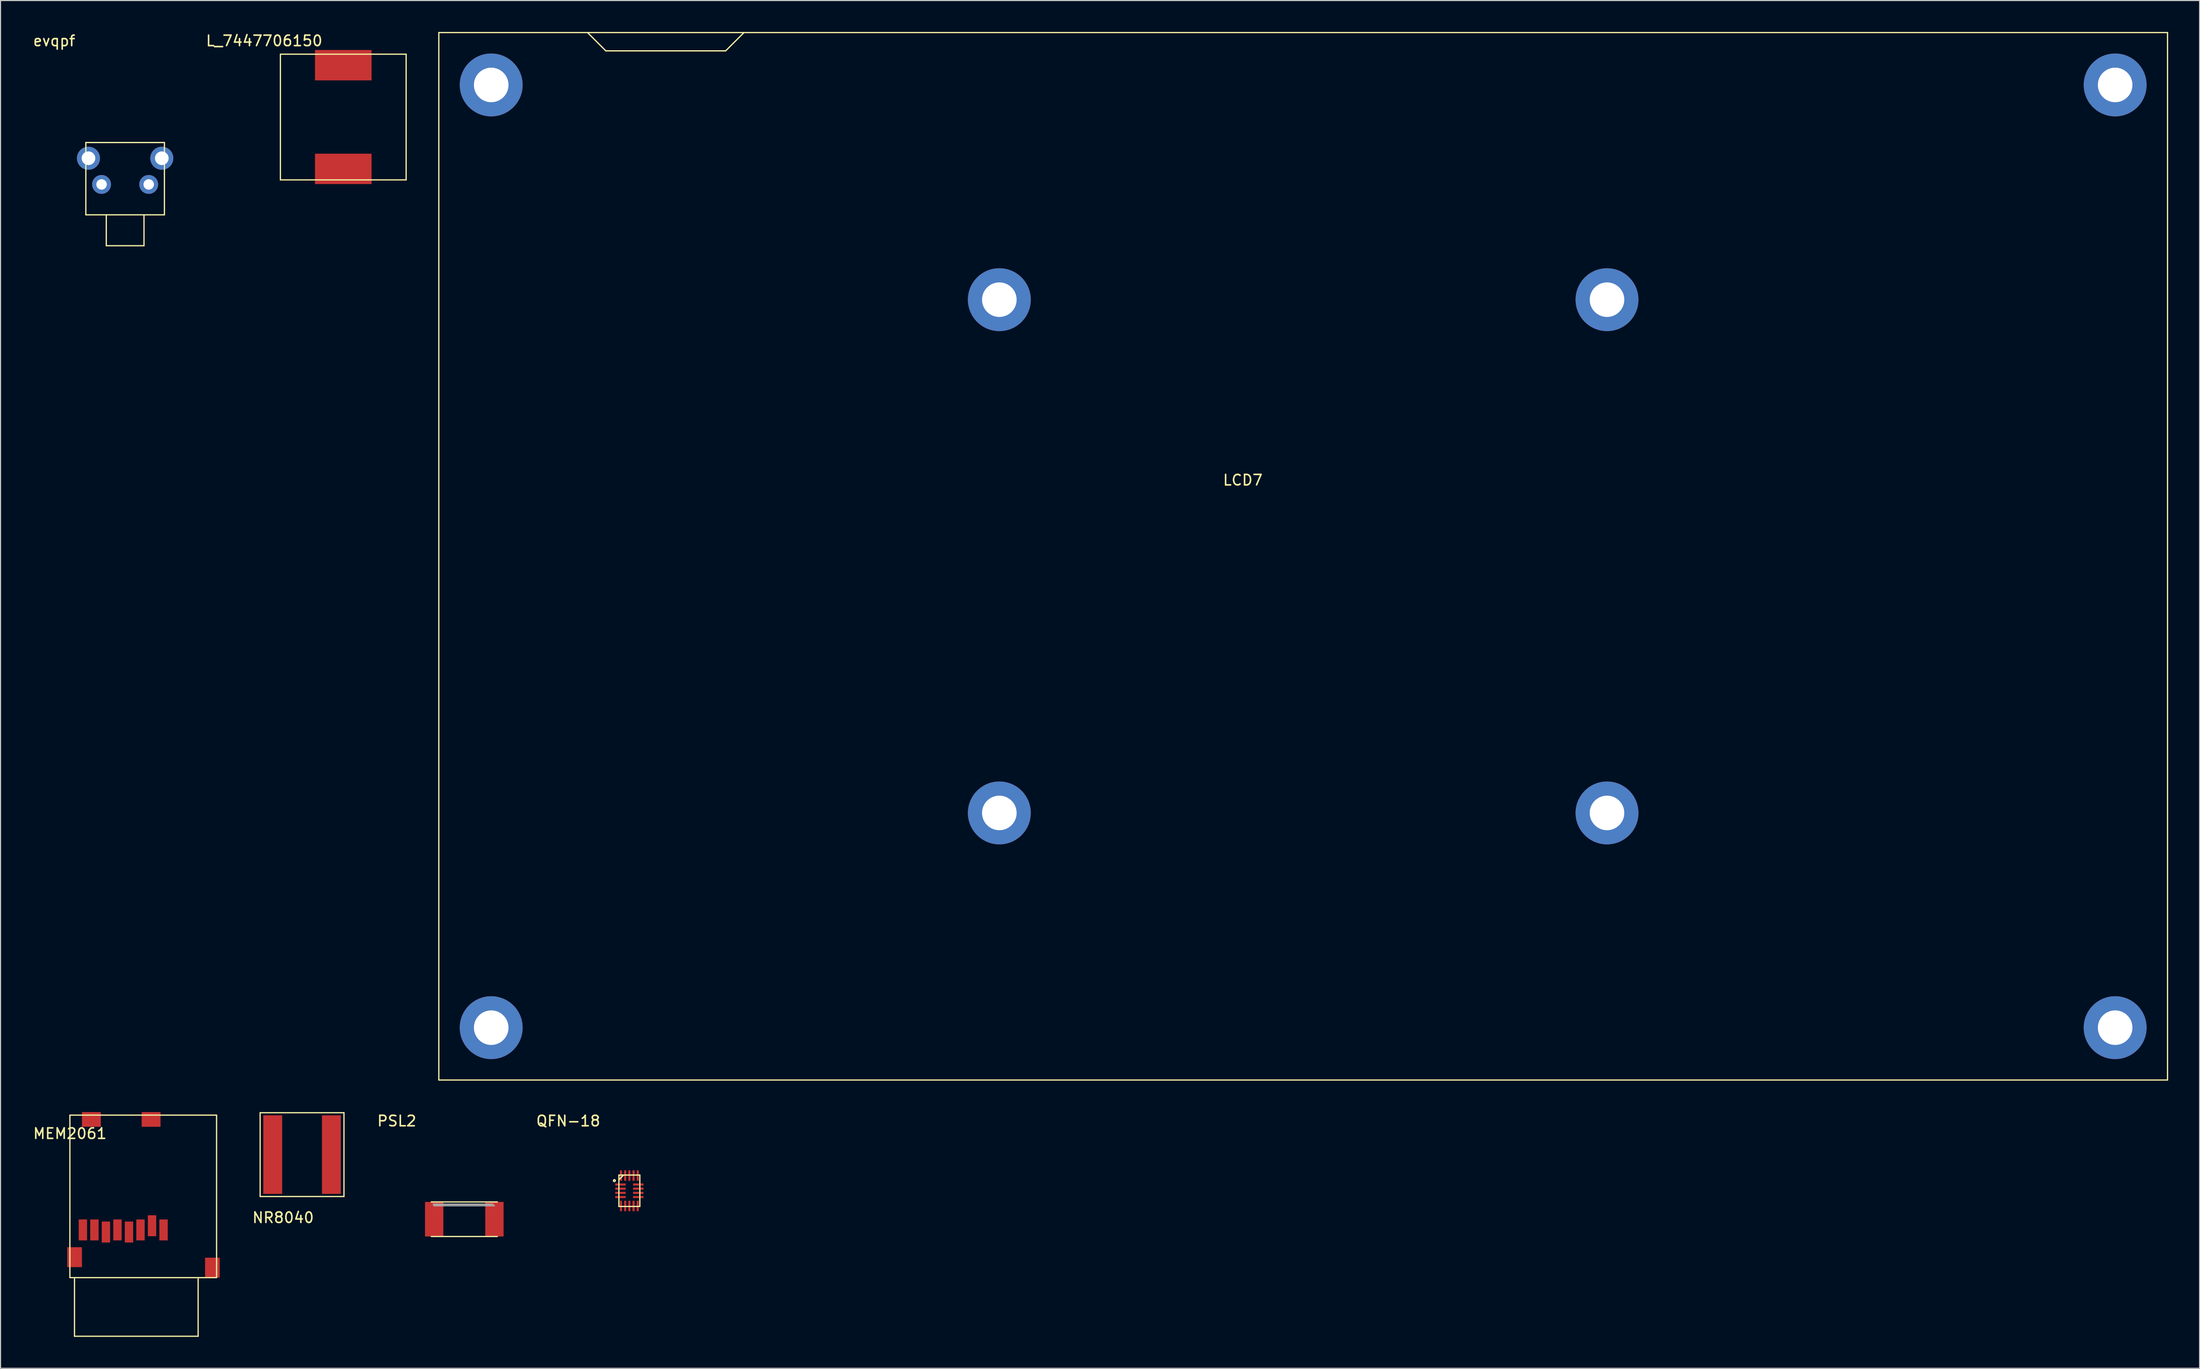
<source format=kicad_pcb>
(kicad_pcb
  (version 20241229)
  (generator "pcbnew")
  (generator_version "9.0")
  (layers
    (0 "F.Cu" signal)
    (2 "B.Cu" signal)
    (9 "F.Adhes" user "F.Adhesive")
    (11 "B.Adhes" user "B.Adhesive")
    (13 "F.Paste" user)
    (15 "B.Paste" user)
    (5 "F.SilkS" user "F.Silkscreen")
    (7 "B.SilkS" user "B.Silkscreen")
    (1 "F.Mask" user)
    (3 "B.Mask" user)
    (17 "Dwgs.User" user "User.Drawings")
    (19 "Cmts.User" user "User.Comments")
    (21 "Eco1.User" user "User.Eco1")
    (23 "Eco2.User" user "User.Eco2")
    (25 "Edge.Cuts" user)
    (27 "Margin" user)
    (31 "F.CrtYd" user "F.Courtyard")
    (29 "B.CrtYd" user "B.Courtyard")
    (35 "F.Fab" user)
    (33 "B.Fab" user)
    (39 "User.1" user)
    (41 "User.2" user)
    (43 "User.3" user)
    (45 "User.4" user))
  (footprint "MEM2061"
    (layer "F.Cu")
    (at 12.561 113.37)
    (property "Reference" "MEM2061" (at -8.936 -8.199 0) (layer "F.SilkS") (effects (font (size 1 1) (thickness 0.15))))
    (attr through_hole)
    (fp_line (start -8.94 5.55) (end -8.94 -9.95) (stroke (width 0.12) (type solid)) (layer "F.SilkS"))
    (fp_line (start -8.938 -9.962) (end 5.057 -9.962) (stroke (width 0.12) (type solid)) (layer "F.SilkS"))
    (fp_line (start -8.5 5.664) (end -8.5 11.15) (stroke (width 0.12) (type solid)) (layer "F.SilkS"))
    (fp_line (start -8.5 11.15) (end 3.3 11.15) (stroke (width 0.12) (type solid)) (layer "F.SilkS"))
    (fp_line (start 3.3 11.15) (end 3.3 5.664) (stroke (width 0.12) (type solid)) (layer "F.SilkS"))
    (fp_line (start 5.06 5.555) (end -8.938 5.555) (stroke (width 0.12) (type solid)) (layer "F.SilkS"))
    (fp_line (start 5.06 -9.95) (end 5.06 5.55) (stroke (width 0.12) (type solid)) (layer "F.SilkS"))
    (pad "1" smd rect (at 0 1) (size 0.8 2) (layers "F.Cu" "F.Mask" "F.Paste"))
    (pad "2" smd rect (at -1.1 0.6) (size 0.8 2) (layers "F.Cu" "F.Mask" "F.Paste"))
    (pad "3" smd rect (at -2.2 1) (size 0.8 2) (layers "F.Cu" "F.Mask" "F.Paste"))
    (pad "4" smd rect (at -3.3 1.2) (size 0.8 2) (layers "F.Cu" "F.Mask" "F.Paste"))
    (pad "5" smd rect (at -4.4 1) (size 0.8 2) (layers "F.Cu" "F.Mask" "F.Paste"))
    (pad "6" smd rect (at -5.5 1.2) (size 0.8 2) (layers "F.Cu" "F.Mask" "F.Paste"))
    (pad "7" smd rect (at -6.6 1) (size 0.8 2) (layers "F.Cu" "F.Mask" "F.Paste"))
    (pad "8" smd rect (at -7.7 1) (size 0.8 2) (layers "F.Cu" "F.Mask" "F.Paste"))
    (pad "9" smd rect (at -6.89 -9.55) (size 1.8 1.4) (layers "F.Cu" "F.Mask" "F.Paste"))
    (pad "9" smd rect (at -1.19 -9.55) (size 1.8 1.4) (layers "F.Cu" "F.Mask" "F.Paste"))
    (pad "11" smd rect (at -8.49 3.6) (size 1.4 1.9) (layers "F.Cu" "F.Mask" "F.Paste"))
    (pad "11" smd rect (at 4.66 4.6) (size 1.4 1.9) (layers "F.Cu" "F.Mask" "F.Paste")))
  (footprint "L_7447706150"
    (layer "F.Cu")
    (at 29.713 8.123)
    (property "Reference" "L_7447706150" (at -7.546 -7.275 0) (layer "F.SilkS") (effects (font (size 1 1) (thickness 0.15))))
    (attr through_hole)
    (fp_line (start -6 -6) (end -6 6) (stroke (width 0.12) (type solid)) (layer "F.SilkS"))
    (fp_line (start -6 6) (end 6 6) (stroke (width 0.12) (type solid)) (layer "F.SilkS"))
    (fp_line (start 6 -6) (end -6 -6) (stroke (width 0.12) (type solid)) (layer "F.SilkS"))
    (fp_line (start 6 6) (end 6 -6) (stroke (width 0.12) (type solid)) (layer "F.SilkS"))
    (pad "1" smd rect (at 0 4.95) (size 5.4 2.9) (layers "F.Cu" "F.Mask"))
    (pad "2" smd rect (at 0 -4.95) (size 5.4 2.9) (layers "F.Cu" "F.Mask")))
  (footprint "evqpf"
    (layer "F.Cu")
    (at 8.894 13.307)
    (property "Reference" "evqpf" (at -6.769 -12.459 0) (layer "F.SilkS") (effects (font (size 1 1) (thickness 0.15))))
    (attr through_hole)
    (fp_line (start -3.75 -2.75) (end -3.75 4.15) (stroke (width 0.12) (type solid)) (layer "F.SilkS"))
    (fp_line (start -3.75 -2.75) (end 3.75 -2.75) (stroke (width 0.12) (type solid)) (layer "F.SilkS"))
    (fp_line (start -3.75 4.15) (end 3.75 4.15) (stroke (width 0.12) (type solid)) (layer "F.SilkS"))
    (fp_line (start -1.8 4.15) (end -1.8 7.1) (stroke (width 0.12) (type solid)) (layer "F.SilkS"))
    (fp_line (start -1.8 7.1) (end 1.8 7.1) (stroke (width 0.12) (type solid)) (layer "F.SilkS"))
    (fp_line (start 1.8 7.1) (end 1.8 4.15) (stroke (width 0.12) (type solid)) (layer "F.SilkS"))
    (fp_line (start 3.75 4.15) (end 3.75 -2.75) (stroke (width 0.12) (type solid)) (layer "F.SilkS"))
    (pad "0" thru_hole circle (at -3.5 -1.25) (size 2.2 2.2) (drill 1.3) (layers "*.Cu" "*.Mask"))
    (pad "0" thru_hole circle (at 3.5 -1.25) (size 2.2 2.2) (drill 1.3) (layers "*.Cu" "*.Mask"))
    (pad "1" thru_hole circle (at -2.25 1.25) (size 1.8 1.8) (drill 1) (layers "*.Cu" "*.Mask"))
    (pad "2" thru_hole circle (at 2.25 1.25) (size 1.8 1.8) (drill 1) (layers "*.Cu" "*.Mask")))
  (footprint "PSL2"
    (layer "F.Cu")
    (at 41.266 113.346)
    (property "Reference" "PSL2" (at -6.444 -9.378 0) (layer "F.SilkS") (effects (font (size 1 1) (thickness 0.15))))
    (attr through_hole)
    (fp_line (start -3.15 -1.65) (end 3.15 -1.65) (stroke (width 0.12) (type solid)) (layer "F.SilkS"))
    (fp_line (start -3.15 1.65) (end 3.15 1.65) (stroke (width 0.12) (type solid)) (layer "F.SilkS"))
    (fp_line (start -2.946 -1.43) (end 2.753 -1.43) (stroke (width 0.12) (type solid)) (layer "F.Fab"))
    (fp_line (start -2.918 -1.288) (end 2.868 -1.288) (stroke (width 0.12) (type solid)) (layer "F.Fab"))
    (fp_line (start -2.634 -1.43) (end 2.413 -1.43) (stroke (width 0.12) (type solid)) (layer "F.Fab"))
    (fp_line (start 2.413 -1.43) (end -2.946 -1.43) (stroke (width 0.12) (type solid)) (layer "F.Fab"))
    (pad "1" smd rect (at -2.875 0) (size 1.75 3.3) (layers "F.Cu" "F.Mask" "F.Paste"))
    (pad "2" smd rect (at 2.875 0) (size 1.75 3.3) (layers "F.Cu" "F.Mask" "F.Paste")))
  (footprint "QFN-18"
    (layer "F.Cu")
    (at 57.021 110.631)
    (property "Reference" "QFN-18" (at -5.832 -6.662 0) (layer "F.SilkS") (effects (font (size 1 1) (thickness 0.15))))
    (attr through_hole)
    (fp_line (start -1 -1.5) (end 1 -1.5) (stroke (width 0.12) (type solid)) (layer "F.SilkS"))
    (fp_line (start -1 1.5) (end -1 -1.5) (stroke (width 0.12) (type solid)) (layer "F.SilkS"))
    (fp_line (start -0.993 -1.059) (end -0.544 -1.509) (stroke (width 0.12) (type solid)) (layer "F.SilkS"))
    (fp_line (start 1 -1.5) (end 1 1.5) (stroke (width 0.12) (type solid)) (layer "F.SilkS"))
    (fp_line (start 1 1.5) (end -1 1.5) (stroke (width 0.12) (type solid)) (layer "F.SilkS"))
    (fp_circle (center -1.433 -0.97) (end -1.415 -1.059) (stroke (width 0.12) (type solid)) (fill no) (layer "F.SilkS"))
    (pad "1" smd rect (at -0.85 -0.6) (size 1 0.2) (layers "F.Cu" "F.Mask" "F.Paste"))
    (pad "2" smd rect (at -0.85 -0.2) (size 1 0.2) (layers "F.Cu" "F.Mask" "F.Paste"))
    (pad "3" smd rect (at -0.85 0.2) (size 1 0.2) (layers "F.Cu" "F.Mask" "F.Paste"))
    (pad "4" smd rect (at -0.85 0.6) (size 1 0.2) (layers "F.Cu" "F.Mask" "F.Paste"))
    (pad "5" smd rect (at -0.8 1.45 90) (size 1 0.2) (layers "F.Cu" "F.Mask" "F.Paste"))
    (pad "6" smd rect (at -0.4 1.45 90) (size 1 0.2) (layers "F.Cu" "F.Mask" "F.Paste"))
    (pad "7" smd rect (at 0 1.45 90) (size 1 0.2) (layers "F.Cu" "F.Mask" "F.Paste"))
    (pad "8" smd rect (at 0.4 1.45 90) (size 1 0.2) (layers "F.Cu" "F.Mask" "F.Paste"))
    (pad "9" smd rect (at 0.8 1.45 90) (size 1 0.2) (layers "F.Cu" "F.Mask" "F.Paste"))
    (pad "10" smd rect (at 0.85 0.6) (size 1 0.2) (layers "F.Cu" "F.Mask" "F.Paste"))
    (pad "11" smd rect (at 0.85 0.2) (size 1 0.2) (layers "F.Cu" "F.Mask" "F.Paste"))
    (pad "12" smd rect (at 0.85 -0.2) (size 1 0.2) (layers "F.Cu" "F.Mask" "F.Paste"))
    (pad "13" smd rect (at 0.85 -0.6) (size 1 0.2) (layers "F.Cu" "F.Mask" "F.Paste"))
    (pad "14" smd rect (at 0.8 -1.45 90) (size 1 0.2) (layers "F.Cu" "F.Mask" "F.Paste"))
    (pad "15" smd rect (at 0.4 -1.45 90) (size 1 0.2) (layers "F.Cu" "F.Mask" "F.Paste"))
    (pad "16" smd rect (at 0 -1.45 90) (size 1 0.2) (layers "F.Cu" "F.Mask" "F.Paste"))
    (pad "17" smd rect (at -0.4 -1.45 90) (size 1 0.2) (layers "F.Cu" "F.Mask" "F.Paste"))
    (pad "18" smd rect (at -0.8 -1.45 90) (size 1 0.2) (layers "F.Cu" "F.Mask" "F.Paste")))
  (footprint "LCD7"
    (layer "F.Cu")
    (at 121.333 50.06)
    (property "Reference" "LCD7" (at -5.761 -7.275 0) (layer "F.SilkS") (effects (font (size 1 1) (thickness 0.15))))
    (attr through_hole)
    (fp_line (start -82.5 -50) (end 82.5 -50) (stroke (width 0.12) (type solid)) (layer "F.SilkS"))
    (fp_line (start -82.5 50) (end -82.5 -50) (stroke (width 0.12) (type solid)) (layer "F.SilkS"))
    (fp_line (start -68.296 -49.99) (end -66.561 -48.255) (stroke (width 0.12) (type solid)) (layer "F.SilkS"))
    (fp_line (start -66.561 -48.255) (end -55.121 -48.255) (stroke (width 0.12) (type solid)) (layer "F.SilkS"))
    (fp_line (start -55.121 -48.255) (end -53.388 -49.987) (stroke (width 0.12) (type solid)) (layer "F.SilkS"))
    (fp_line (start 82.5 -50) (end 82.5 50) (stroke (width 0.12) (type solid)) (layer "F.SilkS"))
    (fp_line (start 82.5 50) (end -82.5 50) (stroke (width 0.12) (type solid)) (layer "F.SilkS"))
    (pad "0" thru_hole circle (at -77.5 -45) (size 6 6) (drill 3.3) (layers "*.Cu" "*.Mask"))
    (pad "0" thru_hole circle (at -77.5 45) (size 6 6) (drill 3.3) (layers "*.Cu" "*.Mask"))
    (pad "0" thru_hole circle (at -29 -24.5) (size 6 6) (drill 3.3) (layers "*.Cu" "*.Mask"))
    (pad "0" thru_hole circle (at -29 24.5) (size 6 6) (drill 3.3) (layers "*.Cu" "*.Mask"))
    (pad "0" thru_hole circle (at 29 -24.5) (size 6 6) (drill 3.3) (layers "*.Cu" "*.Mask"))
    (pad "0" thru_hole circle (at 29 24.5) (size 6 6) (drill 3.3) (layers "*.Cu" "*.Mask"))
    (pad "0" thru_hole circle (at 77.5 -45) (size 6 6) (drill 3.3) (layers "*.Cu" "*.Mask"))
    (pad "0" thru_hole circle (at 77.5 45) (size 6 6) (drill 3.3) (layers "*.Cu" "*.Mask")))
  (footprint "NR8040"
    (layer "F.Cu")
    (at 25.78 107.18)
    (property "Reference" "NR8040" (at -1.806 6.02 0) (layer "F.SilkS") (effects (font (size 1 1) (thickness 0.15))))
    (attr through_hole)
    (fp_line (start -4 -4) (end -4 4) (stroke (width 0.12) (type solid)) (layer "F.SilkS"))
    (fp_line (start -4 -4) (end 4 -4) (stroke (width 0.12) (type solid)) (layer "F.SilkS"))
    (fp_line (start 4 4) (end -4 4) (stroke (width 0.12) (type solid)) (layer "F.SilkS"))
    (fp_line (start 4 4) (end 4 -4) (stroke (width 0.12) (type solid)) (layer "F.SilkS"))
    (pad "1" smd rect (at -2.8 0) (size 1.8 7.5) (layers "F.Cu" "F.Mask" "F.Paste"))
    (pad "2" smd rect (at 2.8 0) (size 1.8 7.5) (layers "F.Cu" "F.Mask" "F.Paste")))
  (gr_rect
    (start -3 -3)
    (end 206.893 127.58)
    (stroke (width 0.1) (type default))
    (fill no)
    (layer "Edge.Cuts")))
</source>
